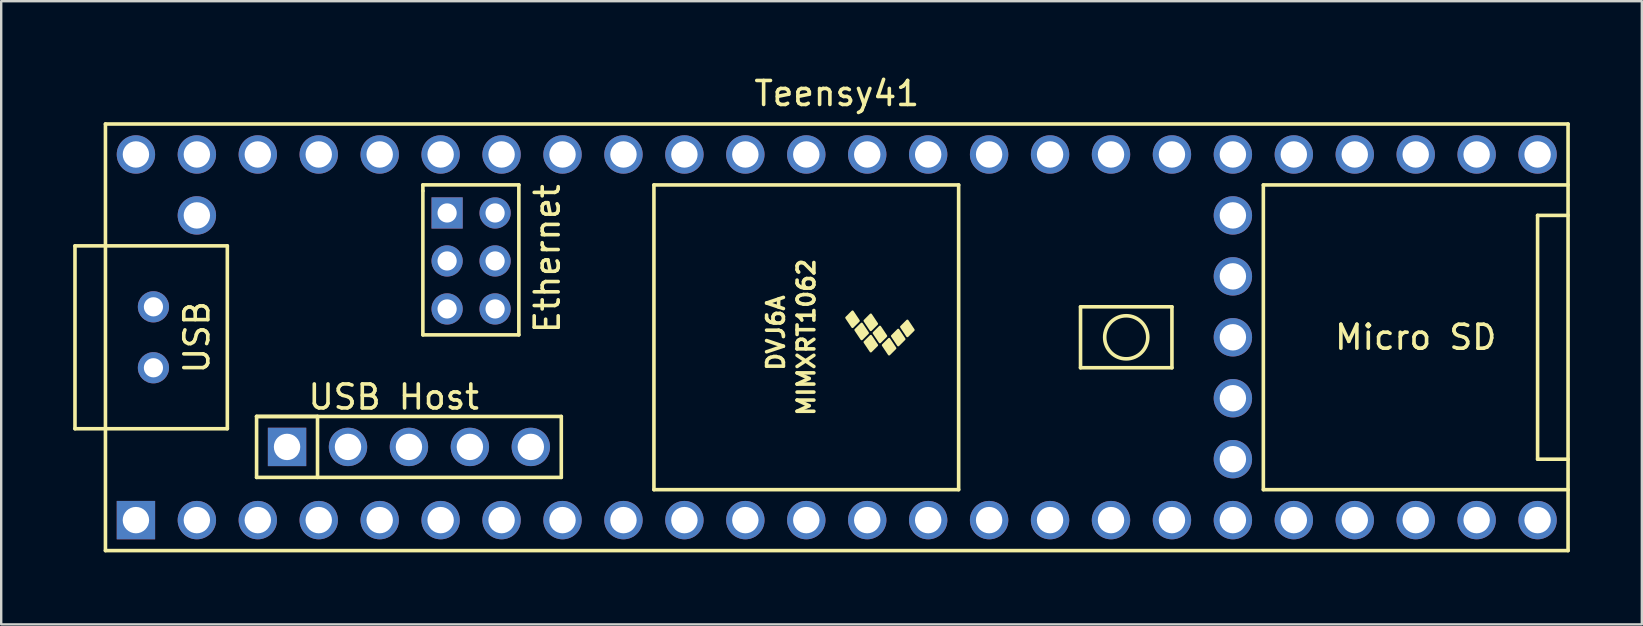
<source format=kicad_pcb>
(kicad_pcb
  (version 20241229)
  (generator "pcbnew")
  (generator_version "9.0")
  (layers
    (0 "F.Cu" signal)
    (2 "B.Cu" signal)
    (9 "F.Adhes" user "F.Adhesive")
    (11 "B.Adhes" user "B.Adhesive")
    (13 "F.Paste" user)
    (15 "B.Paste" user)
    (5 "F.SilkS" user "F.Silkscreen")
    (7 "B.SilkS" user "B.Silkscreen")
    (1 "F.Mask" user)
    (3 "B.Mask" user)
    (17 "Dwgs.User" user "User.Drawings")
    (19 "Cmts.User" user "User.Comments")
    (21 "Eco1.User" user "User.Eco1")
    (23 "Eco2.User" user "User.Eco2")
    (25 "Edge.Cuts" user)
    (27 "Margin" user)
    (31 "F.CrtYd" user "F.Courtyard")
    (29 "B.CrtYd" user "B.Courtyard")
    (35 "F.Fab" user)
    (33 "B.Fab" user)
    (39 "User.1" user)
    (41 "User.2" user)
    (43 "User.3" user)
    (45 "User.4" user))
  (footprint "Teensy41"
    (layer "F.Cu")
    (at 31.825 11.008)
    (property "Reference" "Teensy41" (at 0 -10.16 0) (layer "F.SilkS") (effects (font (size 1 1) (thickness 0.15))))
    (attr through_hole)
    (fp_line (start -31.75 -3.81) (end -30.48 -3.81) (stroke (width 0.15) (type solid)) (layer "F.SilkS"))
    (fp_line (start -31.75 3.81) (end -31.75 -3.81) (stroke (width 0.15) (type solid)) (layer "F.SilkS"))
    (fp_line (start -30.48 -8.89) (end 30.48 -8.89) (stroke (width 0.15) (type solid)) (layer "F.SilkS"))
    (fp_line (start -30.48 3.81) (end -31.75 3.81) (stroke (width 0.15) (type solid)) (layer "F.SilkS"))
    (fp_line (start -30.48 8.89) (end -30.48 -8.89) (stroke (width 0.15) (type solid)) (layer "F.SilkS"))
    (fp_line (start -25.4 -3.81) (end -30.48 -3.81) (stroke (width 0.15) (type solid)) (layer "F.SilkS"))
    (fp_line (start -25.4 3.81) (end -30.48 3.81) (stroke (width 0.15) (type solid)) (layer "F.SilkS"))
    (fp_line (start -25.4 3.81) (end -25.4 -3.81) (stroke (width 0.15) (type solid)) (layer "F.SilkS"))
    (fp_line (start -24.181 3.299) (end -21.641 3.299) (stroke (width 0.15) (type solid)) (layer "F.SilkS"))
    (fp_line (start -24.181 3.299) (end -11.481 3.299) (stroke (width 0.15) (type solid)) (layer "F.SilkS"))
    (fp_line (start -24.181 5.839) (end -24.181 3.299) (stroke (width 0.15) (type solid)) (layer "F.SilkS"))
    (fp_line (start -21.641 3.299) (end -21.641 5.839) (stroke (width 0.15) (type solid)) (layer "F.SilkS"))
    (fp_line (start -17.25 -6.352) (end -17.25 -6.102) (stroke (width 0.15) (type solid)) (layer "F.SilkS"))
    (fp_line (start -17.25 -6.102) (end -17.25 -0.102) (stroke (width 0.15) (type solid)) (layer "F.SilkS"))
    (fp_line (start -17.25 -0.102) (end -13.25 -0.102) (stroke (width 0.15) (type solid)) (layer "F.SilkS"))
    (fp_line (start -13.25 -6.352) (end -17.25 -6.352) (stroke (width 0.15) (type solid)) (layer "F.SilkS"))
    (fp_line (start -13.25 -0.102) (end -13.25 -6.352) (stroke (width 0.15) (type solid)) (layer "F.SilkS"))
    (fp_line (start -11.481 3.299) (end -11.481 5.839) (stroke (width 0.15) (type solid)) (layer "F.SilkS"))
    (fp_line (start -11.481 5.839) (end -24.181 5.839) (stroke (width 0.15) (type solid)) (layer "F.SilkS"))
    (fp_line (start -7.62 -6.35) (end -7.62 6.35) (stroke (width 0.15) (type solid)) (layer "F.SilkS"))
    (fp_line (start -7.62 6.35) (end 5.08 6.35) (stroke (width 0.15) (type solid)) (layer "F.SilkS"))
    (fp_line (start 5.08 -6.35) (end -7.62 -6.35) (stroke (width 0.15) (type solid)) (layer "F.SilkS"))
    (fp_line (start 5.08 6.35) (end 5.08 -6.35) (stroke (width 0.15) (type solid)) (layer "F.SilkS"))
    (fp_line (start 10.16 -1.27) (end 13.97 -1.27) (stroke (width 0.15) (type solid)) (layer "F.SilkS"))
    (fp_line (start 10.16 1.27) (end 10.16 -1.27) (stroke (width 0.15) (type solid)) (layer "F.SilkS"))
    (fp_line (start 13.97 -1.27) (end 13.97 1.27) (stroke (width 0.15) (type solid)) (layer "F.SilkS"))
    (fp_line (start 13.97 1.27) (end 10.16 1.27) (stroke (width 0.15) (type solid)) (layer "F.SilkS"))
    (fp_line (start 17.78 -6.35) (end 17.78 6.35) (stroke (width 0.15) (type solid)) (layer "F.SilkS"))
    (fp_line (start 17.78 6.35) (end 30.48 6.35) (stroke (width 0.15) (type solid)) (layer "F.SilkS"))
    (fp_line (start 29.21 -5.08) (end 29.21 5.08) (stroke (width 0.15) (type solid)) (layer "F.SilkS"))
    (fp_line (start 29.21 5.08) (end 30.48 5.08) (stroke (width 0.15) (type solid)) (layer "F.SilkS"))
    (fp_line (start 30.48 -8.89) (end 30.48 8.89) (stroke (width 0.15) (type solid)) (layer "F.SilkS"))
    (fp_line (start 30.48 -6.35) (end 17.78 -6.35) (stroke (width 0.15) (type solid)) (layer "F.SilkS"))
    (fp_line (start 30.48 -5.08) (end 29.21 -5.08) (stroke (width 0.15) (type solid)) (layer "F.SilkS"))
    (fp_line (start 30.48 8.89) (end -30.48 8.89) (stroke (width 0.15) (type solid)) (layer "F.SilkS"))
    (fp_circle (center 12.065 0) (end 12.7 -0.635) (stroke (width 0.15) (type solid)) (fill no) (layer "F.SilkS"))
    (fp_poly (pts (xy 0.911 -0.688) (xy 0.657 -0.434) (xy 0.403 -0.815) (xy 0.657 -1.069)) (stroke (width 0.1) (type solid)) (fill yes) (layer "F.SilkS"))
    (fp_poly (pts (xy 1.292 -0.18) (xy 1.038 0.074) (xy 0.784 -0.307) (xy 1.038 -0.561)) (stroke (width 0.1) (type solid)) (fill yes) (layer "F.SilkS"))
    (fp_poly (pts (xy 1.673 -0.561) (xy 1.419 -0.307) (xy 1.165 -0.688) (xy 1.419 -0.942)) (stroke (width 0.1) (type solid)) (fill yes) (layer "F.SilkS"))
    (fp_poly (pts (xy 1.673 0.328) (xy 1.419 0.582) (xy 1.165 0.201) (xy 1.419 -0.053)) (stroke (width 0.1) (type solid)) (fill yes) (layer "F.SilkS"))
    (fp_poly (pts (xy 2.054 -0.053) (xy 1.8 0.201) (xy 1.546 -0.18) (xy 1.8 -0.434)) (stroke (width 0.1) (type solid)) (fill yes) (layer "F.SilkS"))
    (fp_poly (pts (xy 2.435 0.455) (xy 2.181 0.709) (xy 1.927 0.328) (xy 2.181 0.074)) (stroke (width 0.1) (type solid)) (fill yes) (layer "F.SilkS"))
    (fp_poly (pts (xy 2.816 0.074) (xy 2.562 0.328) (xy 2.308 -0.053) (xy 2.562 -0.307)) (stroke (width 0.1) (type solid)) (fill yes) (layer "F.SilkS"))
    (fp_poly (pts (xy 3.197 -0.307) (xy 2.943 -0.053) (xy 2.689 -0.434) (xy 2.943 -0.688)) (stroke (width 0.1) (type solid)) (fill yes) (layer "F.SilkS"))
    (fp_text user "USB Host" (at -18.466 2.489 0) (layer "F.SilkS") (effects (font (size 1 1) (thickness 0.15))))
    (fp_text user "DVJ6A" (at -2.54 -0.18 270) (layer "F.SilkS") (effects (font (size 0.7 0.7) (thickness 0.15))))
    (fp_text user "USB" (at -26.67 0 270) (layer "F.SilkS") (effects (font (size 1 1) (thickness 0.15))))
    (fp_text user "MIMXRT1062" (at -1.27 0 270) (layer "F.SilkS") (effects (font (size 0.7 0.7) (thickness 0.15))))
    (fp_text user "Micro SD" (at 24.13 0 0) (layer "F.SilkS") (effects (font (size 1 1) (thickness 0.15))))
    (fp_text user "Ethernet" (at -12.065 -3.277 90) (layer "F.SilkS") (effects (font (size 1 1) (thickness 0.15))))
    (pad "1" thru_hole rect (at -29.21 7.62) (size 1.6 1.6) (drill 1.1) (layers "*.Cu" "*.Mask"))
    (pad "2" thru_hole circle (at -26.67 7.62) (size 1.6 1.6) (drill 1.1) (layers "*.Cu" "*.Mask"))
    (pad "3" thru_hole circle (at -24.13 7.62) (size 1.6 1.6) (drill 1.1) (layers "*.Cu" "*.Mask"))
    (pad "4" thru_hole circle (at -21.59 7.62) (size 1.6 1.6) (drill 1.1) (layers "*.Cu" "*.Mask"))
    (pad "5" thru_hole circle (at -19.05 7.62) (size 1.6 1.6) (drill 1.1) (layers "*.Cu" "*.Mask"))
    (pad "6" thru_hole circle (at -16.51 7.62) (size 1.6 1.6) (drill 1.1) (layers "*.Cu" "*.Mask"))
    (pad "7" thru_hole circle (at -13.97 7.62) (size 1.6 1.6) (drill 1.1) (layers "*.Cu" "*.Mask"))
    (pad "8" thru_hole circle (at -11.43 7.62) (size 1.6 1.6) (drill 1.1) (layers "*.Cu" "*.Mask"))
    (pad "9" thru_hole circle (at -8.89 7.62) (size 1.6 1.6) (drill 1.1) (layers "*.Cu" "*.Mask"))
    (pad "10" thru_hole circle (at -6.35 7.62) (size 1.6 1.6) (drill 1.1) (layers "*.Cu" "*.Mask"))
    (pad "11" thru_hole circle (at -3.81 7.62) (size 1.6 1.6) (drill 1.1) (layers "*.Cu" "*.Mask"))
    (pad "12" thru_hole circle (at -1.27 7.62) (size 1.6 1.6) (drill 1.1) (layers "*.Cu" "*.Mask"))
    (pad "13" thru_hole circle (at 1.27 7.62) (size 1.6 1.6) (drill 1.1) (layers "*.Cu" "*.Mask"))
    (pad "14" thru_hole circle (at 3.81 7.62) (size 1.6 1.6) (drill 1.1) (layers "*.Cu" "*.Mask"))
    (pad "15" thru_hole circle (at 6.35 7.62) (size 1.6 1.6) (drill 1.1) (layers "*.Cu" "*.Mask"))
    (pad "16" thru_hole circle (at 8.89 7.62) (size 1.6 1.6) (drill 1.1) (layers "*.Cu" "*.Mask"))
    (pad "17" thru_hole circle (at 11.43 7.62) (size 1.6 1.6) (drill 1.1) (layers "*.Cu" "*.Mask"))
    (pad "18" thru_hole circle (at 13.97 7.62) (size 1.6 1.6) (drill 1.1) (layers "*.Cu" "*.Mask"))
    (pad "19" thru_hole circle (at 16.51 7.62) (size 1.6 1.6) (drill 1.1) (layers "*.Cu" "*.Mask"))
    (pad "20" thru_hole circle (at 19.05 7.62) (size 1.6 1.6) (drill 1.1) (layers "*.Cu" "*.Mask"))
    (pad "21" thru_hole circle (at 21.59 7.62) (size 1.6 1.6) (drill 1.1) (layers "*.Cu" "*.Mask"))
    (pad "22" thru_hole circle (at 24.13 7.62) (size 1.6 1.6) (drill 1.1) (layers "*.Cu" "*.Mask"))
    (pad "23" thru_hole circle (at 26.67 7.62) (size 1.6 1.6) (drill 1.1) (layers "*.Cu" "*.Mask"))
    (pad "24" thru_hole circle (at 29.21 7.62) (size 1.6 1.6) (drill 1.1) (layers "*.Cu" "*.Mask"))
    (pad "25" thru_hole circle (at 29.21 -7.62) (size 1.6 1.6) (drill 1.1) (layers "*.Cu" "*.Mask"))
    (pad "26" thru_hole circle (at 26.67 -7.62) (size 1.6 1.6) (drill 1.1) (layers "*.Cu" "*.Mask"))
    (pad "27" thru_hole circle (at 24.13 -7.62) (size 1.6 1.6) (drill 1.1) (layers "*.Cu" "*.Mask"))
    (pad "28" thru_hole circle (at 21.59 -7.62) (size 1.6 1.6) (drill 1.1) (layers "*.Cu" "*.Mask"))
    (pad "29" thru_hole circle (at 19.05 -7.62) (size 1.6 1.6) (drill 1.1) (layers "*.Cu" "*.Mask"))
    (pad "30" thru_hole circle (at 16.51 -7.62) (size 1.6 1.6) (drill 1.1) (layers "*.Cu" "*.Mask"))
    (pad "31" thru_hole circle (at 13.97 -7.62) (size 1.6 1.6) (drill 1.1) (layers "*.Cu" "*.Mask"))
    (pad "32" thru_hole circle (at 11.43 -7.62) (size 1.6 1.6) (drill 1.1) (layers "*.Cu" "*.Mask"))
    (pad "33" thru_hole circle (at 8.89 -7.62) (size 1.6 1.6) (drill 1.1) (layers "*.Cu" "*.Mask"))
    (pad "34" thru_hole circle (at 6.35 -7.62) (size 1.6 1.6) (drill 1.1) (layers "*.Cu" "*.Mask"))
    (pad "35" thru_hole circle (at 3.81 -7.62) (size 1.6 1.6) (drill 1.1) (layers "*.Cu" "*.Mask"))
    (pad "36" thru_hole circle (at 1.27 -7.62) (size 1.6 1.6) (drill 1.1) (layers "*.Cu" "*.Mask"))
    (pad "37" thru_hole circle (at -1.27 -7.62) (size 1.6 1.6) (drill 1.1) (layers "*.Cu" "*.Mask"))
    (pad "38" thru_hole circle (at -3.81 -7.62) (size 1.6 1.6) (drill 1.1) (layers "*.Cu" "*.Mask"))
    (pad "39" thru_hole circle (at -6.35 -7.62) (size 1.6 1.6) (drill 1.1) (layers "*.Cu" "*.Mask"))
    (pad "40" thru_hole circle (at -8.89 -7.62) (size 1.6 1.6) (drill 1.1) (layers "*.Cu" "*.Mask"))
    (pad "41" thru_hole circle (at -11.43 -7.62) (size 1.6 1.6) (drill 1.1) (layers "*.Cu" "*.Mask"))
    (pad "42" thru_hole circle (at -13.97 -7.62) (size 1.6 1.6) (drill 1.1) (layers "*.Cu" "*.Mask"))
    (pad "43" thru_hole circle (at -16.51 -7.62) (size 1.6 1.6) (drill 1.1) (layers "*.Cu" "*.Mask"))
    (pad "44" thru_hole circle (at -19.05 -7.62) (size 1.6 1.6) (drill 1.1) (layers "*.Cu" "*.Mask"))
    (pad "45" thru_hole circle (at -21.59 -7.62) (size 1.6 1.6) (drill 1.1) (layers "*.Cu" "*.Mask"))
    (pad "46" thru_hole circle (at -24.13 -7.62) (size 1.6 1.6) (drill 1.1) (layers "*.Cu" "*.Mask"))
    (pad "47" thru_hole circle (at -26.67 -7.62) (size 1.6 1.6) (drill 1.1) (layers "*.Cu" "*.Mask"))
    (pad "48" thru_hole circle (at -29.21 -7.62) (size 1.6 1.6) (drill 1.1) (layers "*.Cu" "*.Mask"))
    (pad "49" thru_hole circle (at -26.67 -5.08) (size 1.6 1.6) (drill 1.1) (layers "*.Cu" "*.Mask"))
    (pad "50" thru_hole circle (at 16.51 5.08) (size 1.6 1.6) (drill 1.1) (layers "*.Cu" "*.Mask"))
    (pad "51" thru_hole circle (at 16.51 2.54) (size 1.6 1.6) (drill 1.1) (layers "*.Cu" "*.Mask"))
    (pad "52" thru_hole circle (at 16.51 0) (size 1.6 1.6) (drill 1.1) (layers "*.Cu" "*.Mask"))
    (pad "53" thru_hole circle (at 16.51 -2.54) (size 1.6 1.6) (drill 1.1) (layers "*.Cu" "*.Mask"))
    (pad "54" thru_hole circle (at 16.51 -5.08) (size 1.6 1.6) (drill 1.1) (layers "*.Cu" "*.Mask"))
    (pad "55" thru_hole rect (at -22.911 4.569) (size 1.6 1.6) (drill 1.1) (layers "*.Cu" "*.Mask"))
    (pad "56" thru_hole circle (at -20.371 4.569) (size 1.6 1.6) (drill 1.1) (layers "*.Cu" "*.Mask"))
    (pad "57" thru_hole circle (at -17.831 4.569) (size 1.6 1.6) (drill 1.1) (layers "*.Cu" "*.Mask"))
    (pad "58" thru_hole circle (at -15.291 4.569) (size 1.6 1.6) (drill 1.1) (layers "*.Cu" "*.Mask"))
    (pad "59" thru_hole circle (at -12.751 4.569) (size 1.6 1.6) (drill 1.1) (layers "*.Cu" "*.Mask"))
    (pad "60" thru_hole rect (at -16.24 -5.182) (size 1.3 1.3) (drill 0.8) (layers "*.Cu" "*.Mask"))
    (pad "61" thru_hole circle (at -16.24 -3.182) (size 1.3 1.3) (drill 0.8) (layers "*.Cu" "*.Mask"))
    (pad "62" thru_hole circle (at -16.24 -1.182) (size 1.3 1.3) (drill 0.8) (layers "*.Cu" "*.Mask"))
    (pad "63" thru_hole circle (at -14.24 -1.182) (size 1.3 1.3) (drill 0.8) (layers "*.Cu" "*.Mask"))
    (pad "64" thru_hole circle (at -14.24 -3.182) (size 1.3 1.3) (drill 0.8) (layers "*.Cu" "*.Mask"))
    (pad "65" thru_hole circle (at -14.24 -5.182) (size 1.3 1.3) (drill 0.8) (layers "*.Cu" "*.Mask"))
    (pad "66" thru_hole circle (at -28.48 -1.27) (size 1.3 1.3) (drill 0.8) (layers "*.Cu" "*.Mask"))
    (pad "67" thru_hole circle (at -28.48 1.27) (size 1.3 1.3) (drill 0.8) (layers "*.Cu" "*.Mask")))
  (gr_rect
    (start -3 -3)
    (end 65.38 22.973)
    (stroke (width 0.1) (type default))
    (fill no)
    (layer "Edge.Cuts")))
</source>
